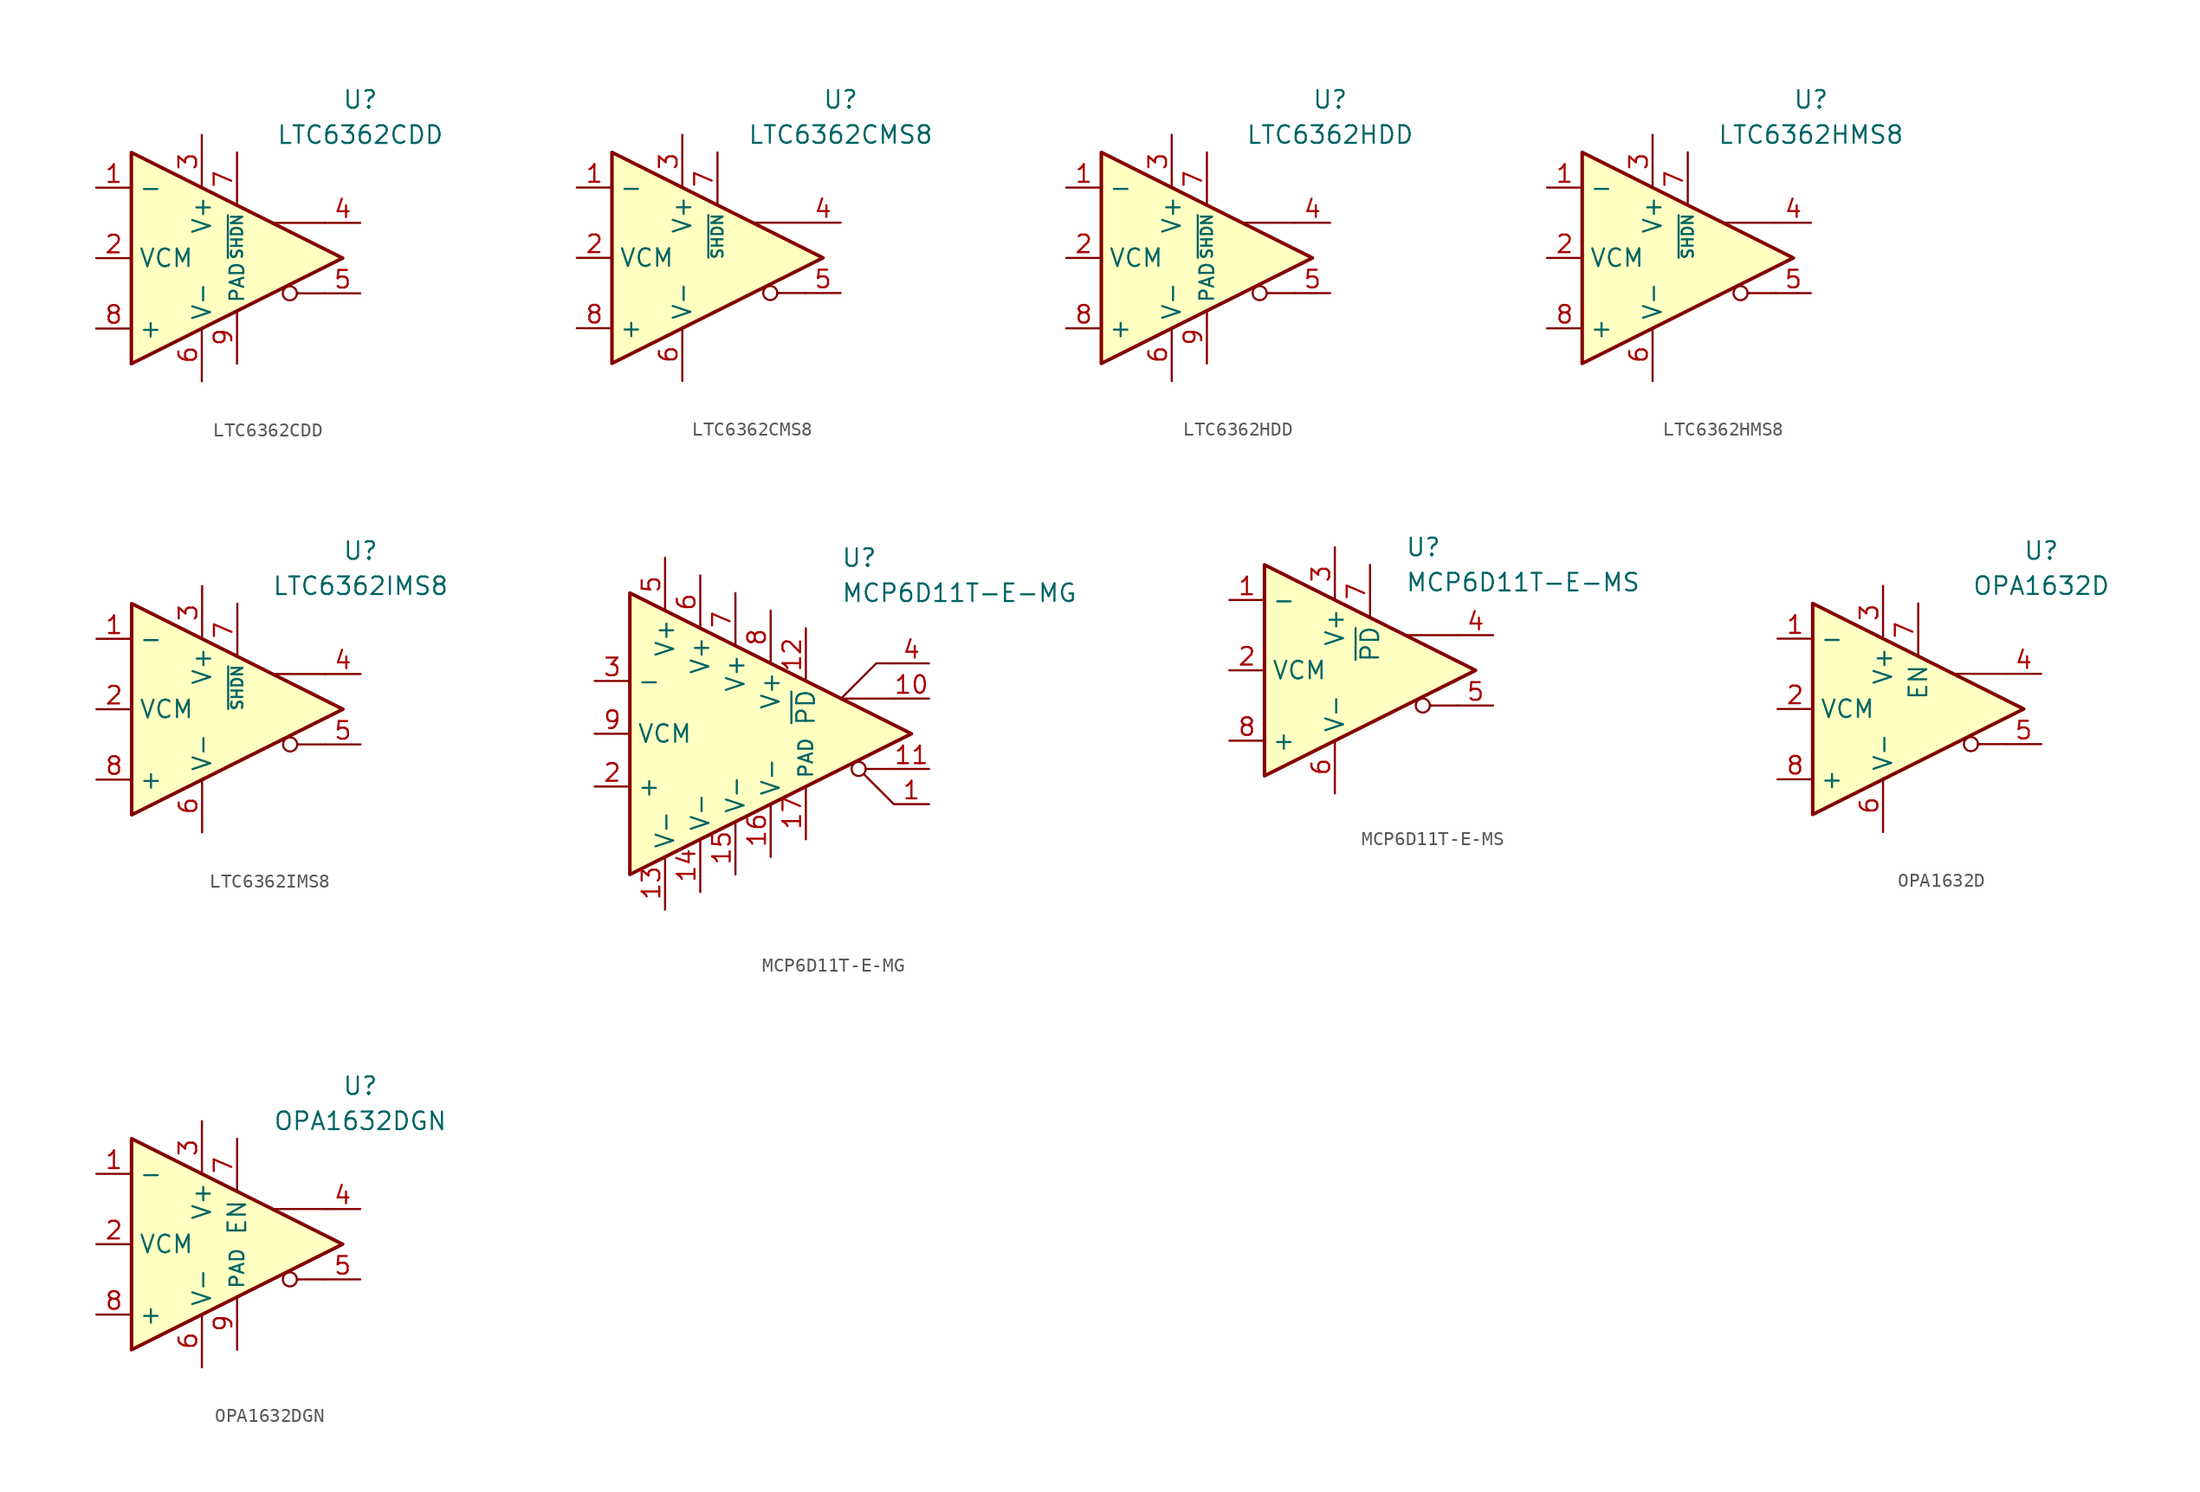
<source format=kicad_sym>
(kicad_symbol_lib
  (version 20231120)
  (generator "kicad_symbol_editor")
  (generator_version "8.0")
  (symbol "LTC6362CDD"
    (property "Reference" "U"
      (at 8.89 11.43 0)
      (effects (font (size 1.27 1.27))))
    (property "Value" "LTC6362CDD"
      (at 8.89 8.89 0)
      (effects (font (size 1.27 1.27))))
    (symbol "LTC6362CDD_0_0"
      (polyline (pts (xy 4.445 -2.54) (xy 4.318 -2.54)) (stroke (width 0.152) (type default)) (fill (type none)))
      (polyline (pts (xy 6.35 -2.54) (xy 4.445 -2.54)) (stroke (width 0.152) (type default)) (fill (type none)))
      (polyline (pts (xy 6.35 2.54) (xy 2.54 2.54)) (stroke (width 0.152) (type default)) (fill (type none)))
      (circle (center 3.81 -2.54) (radius 0.508) (stroke (width 0.152) (type default)) (fill (type none))))
    (symbol "LTC6362CDD_0_1"
      (polyline (pts (xy -7.62 7.62) (xy -7.62 -7.62) (xy 7.62 0) (xy -7.62 7.62)) (stroke (width 0.254) (type default)) (fill (type background))))
    (symbol "LTC6362CDD_1_1"
      (pin input line (at -10.16 5.08 0) (length 2.54) (name "-" (effects (font (size 1.27 1.27)))) (number "1" (effects (font (size 1.27 1.27)))))
      (pin input line (at -10.16 0 0) (length 2.54) (name "VCM" (effects (font (size 1.27 1.27)))) (number "2" (effects (font (size 1.27 1.27)))))
      (pin power_in line (at -2.54 8.89 270) (length 3.84) (name "V+" (effects (font (size 1.27 1.27)))) (number "3" (effects (font (size 1.27 1.27)))))
      (pin output line (at 8.89 2.54 180) (length 2.54) (name "~" (effects (font (size 1.27 1.27)))) (number "4" (effects (font (size 1.27 1.27)))))
      (pin output line (at 8.89 -2.54 180) (length 2.54) (name "~" (effects (font (size 1.27 1.27)))) (number "5" (effects (font (size 1.27 1.27)))))
      (pin power_in line (at -2.54 -8.89 90) (length 3.84) (name "V-" (effects (font (size 1.27 1.27)))) (number "6" (effects (font (size 1.27 1.27)))))
      (pin input line (at 0 7.62 270) (length 3.84) (name "~{SHDN}" (effects (font (size 0.8 0.8)))) (number "7" (effects (font (size 1.27 1.27)))))
      (pin input line (at -10.16 -5.08 0) (length 2.54) (name "+" (effects (font (size 1.27 1.27)))) (number "8" (effects (font (size 1.27 1.27)))))
      (pin power_in line (at 0 -7.62 90) (length 3.84) (name "PAD" (effects (font (size 1 1)))) (number "9" (effects (font (size 1.27 1.27)))))))
  (symbol "LTC6362CMS8"
    (property "Reference" "U"
      (at 8.89 11.43 0)
      (effects (font (size 1.27 1.27))))
    (property "Value" "LTC6362CMS8"
      (at 8.89 8.89 0)
      (effects (font (size 1.27 1.27))))
    (symbol "LTC6362CMS8_0_0"
      (polyline (pts (xy 4.445 -2.54) (xy 4.318 -2.54)) (stroke (width 0.152) (type default)) (fill (type none)))
      (polyline (pts (xy 6.35 -2.54) (xy 4.445 -2.54)) (stroke (width 0.152) (type default)) (fill (type none)))
      (polyline (pts (xy 6.35 2.54) (xy 2.54 2.54)) (stroke (width 0.152) (type default)) (fill (type none)))
      (circle (center 3.81 -2.54) (radius 0.508) (stroke (width 0.152) (type default)) (fill (type none))))
    (symbol "LTC6362CMS8_0_1"
      (polyline (pts (xy -7.62 7.62) (xy -7.62 -7.62) (xy 7.62 0) (xy -7.62 7.62)) (stroke (width 0.254) (type default)) (fill (type background))))
    (symbol "LTC6362CMS8_1_1"
      (pin input line (at -10.16 5.08 0) (length 2.54) (name "-" (effects (font (size 1.27 1.27)))) (number "1" (effects (font (size 1.27 1.27)))))
      (pin input line (at -10.16 0 0) (length 2.54) (name "VCM" (effects (font (size 1.27 1.27)))) (number "2" (effects (font (size 1.27 1.27)))))
      (pin power_in line (at -2.54 8.89 270) (length 3.84) (name "V+" (effects (font (size 1.27 1.27)))) (number "3" (effects (font (size 1.27 1.27)))))
      (pin output line (at 8.89 2.54 180) (length 2.54) (name "~" (effects (font (size 1.27 1.27)))) (number "4" (effects (font (size 1.27 1.27)))))
      (pin output line (at 8.89 -2.54 180) (length 2.54) (name "~" (effects (font (size 1.27 1.27)))) (number "5" (effects (font (size 1.27 1.27)))))
      (pin power_in line (at -2.54 -8.89 90) (length 3.84) (name "V-" (effects (font (size 1.27 1.27)))) (number "6" (effects (font (size 1.27 1.27)))))
      (pin input line (at 0 7.62 270) (length 3.84) (name "~{SHDN}" (effects (font (size 0.8 0.8)))) (number "7" (effects (font (size 1.27 1.27)))))
      (pin input line (at -10.16 -5.08 0) (length 2.54) (name "+" (effects (font (size 1.27 1.27)))) (number "8" (effects (font (size 1.27 1.27)))))))
  (symbol "LTC6362HDD"
    (property "Reference" "U"
      (at 8.89 11.43 0)
      (effects (font (size 1.27 1.27))))
    (property "Value" "LTC6362HDD"
      (at 8.89 8.89 0)
      (effects (font (size 1.27 1.27))))
    (symbol "LTC6362HDD_0_0"
      (polyline (pts (xy 4.445 -2.54) (xy 4.318 -2.54)) (stroke (width 0.152) (type default)) (fill (type none)))
      (polyline (pts (xy 6.35 -2.54) (xy 4.445 -2.54)) (stroke (width 0.152) (type default)) (fill (type none)))
      (polyline (pts (xy 6.35 2.54) (xy 2.54 2.54)) (stroke (width 0.152) (type default)) (fill (type none)))
      (circle (center 3.81 -2.54) (radius 0.508) (stroke (width 0.152) (type default)) (fill (type none))))
    (symbol "LTC6362HDD_0_1"
      (polyline (pts (xy -7.62 7.62) (xy -7.62 -7.62) (xy 7.62 0) (xy -7.62 7.62)) (stroke (width 0.254) (type default)) (fill (type background))))
    (symbol "LTC6362HDD_1_1"
      (pin input line (at -10.16 5.08 0) (length 2.54) (name "-" (effects (font (size 1.27 1.27)))) (number "1" (effects (font (size 1.27 1.27)))))
      (pin input line (at -10.16 0 0) (length 2.54) (name "VCM" (effects (font (size 1.27 1.27)))) (number "2" (effects (font (size 1.27 1.27)))))
      (pin power_in line (at -2.54 8.89 270) (length 3.84) (name "V+" (effects (font (size 1.27 1.27)))) (number "3" (effects (font (size 1.27 1.27)))))
      (pin output line (at 8.89 2.54 180) (length 2.54) (name "~" (effects (font (size 1.27 1.27)))) (number "4" (effects (font (size 1.27 1.27)))))
      (pin output line (at 8.89 -2.54 180) (length 2.54) (name "~" (effects (font (size 1.27 1.27)))) (number "5" (effects (font (size 1.27 1.27)))))
      (pin power_in line (at -2.54 -8.89 90) (length 3.84) (name "V-" (effects (font (size 1.27 1.27)))) (number "6" (effects (font (size 1.27 1.27)))))
      (pin input line (at 0 7.62 270) (length 3.84) (name "~{SHDN}" (effects (font (size 0.8 0.8)))) (number "7" (effects (font (size 1.27 1.27)))))
      (pin input line (at -10.16 -5.08 0) (length 2.54) (name "+" (effects (font (size 1.27 1.27)))) (number "8" (effects (font (size 1.27 1.27)))))
      (pin power_in line (at 0 -7.62 90) (length 3.84) (name "PAD" (effects (font (size 1 1)))) (number "9" (effects (font (size 1.27 1.27)))))))
  (symbol "LTC6362HMS8"
    (property "Reference" "U"
      (at 8.89 11.43 0)
      (effects (font (size 1.27 1.27))))
    (property "Value" "LTC6362HMS8"
      (at 8.89 8.89 0)
      (effects (font (size 1.27 1.27))))
    (symbol "LTC6362HMS8_0_0"
      (polyline (pts (xy 4.445 -2.54) (xy 4.318 -2.54)) (stroke (width 0.152) (type default)) (fill (type none)))
      (polyline (pts (xy 6.35 -2.54) (xy 4.445 -2.54)) (stroke (width 0.152) (type default)) (fill (type none)))
      (polyline (pts (xy 6.35 2.54) (xy 2.54 2.54)) (stroke (width 0.152) (type default)) (fill (type none)))
      (circle (center 3.81 -2.54) (radius 0.508) (stroke (width 0.152) (type default)) (fill (type none))))
    (symbol "LTC6362HMS8_0_1"
      (polyline (pts (xy -7.62 7.62) (xy -7.62 -7.62) (xy 7.62 0) (xy -7.62 7.62)) (stroke (width 0.254) (type default)) (fill (type background))))
    (symbol "LTC6362HMS8_1_1"
      (pin input line (at -10.16 5.08 0) (length 2.54) (name "-" (effects (font (size 1.27 1.27)))) (number "1" (effects (font (size 1.27 1.27)))))
      (pin input line (at -10.16 0 0) (length 2.54) (name "VCM" (effects (font (size 1.27 1.27)))) (number "2" (effects (font (size 1.27 1.27)))))
      (pin power_in line (at -2.54 8.89 270) (length 3.84) (name "V+" (effects (font (size 1.27 1.27)))) (number "3" (effects (font (size 1.27 1.27)))))
      (pin output line (at 8.89 2.54 180) (length 2.54) (name "~" (effects (font (size 1.27 1.27)))) (number "4" (effects (font (size 1.27 1.27)))))
      (pin output line (at 8.89 -2.54 180) (length 2.54) (name "~" (effects (font (size 1.27 1.27)))) (number "5" (effects (font (size 1.27 1.27)))))
      (pin power_in line (at -2.54 -8.89 90) (length 3.84) (name "V-" (effects (font (size 1.27 1.27)))) (number "6" (effects (font (size 1.27 1.27)))))
      (pin input line (at 0 7.62 270) (length 3.84) (name "~{SHDN}" (effects (font (size 0.8 0.8)))) (number "7" (effects (font (size 1.27 1.27)))))
      (pin input line (at -10.16 -5.08 0) (length 2.54) (name "+" (effects (font (size 1.27 1.27)))) (number "8" (effects (font (size 1.27 1.27)))))))
  (symbol "LTC6362IMS8"
    (property "Reference" "U"
      (at 8.89 11.43 0)
      (effects (font (size 1.27 1.27))))
    (property "Value" "LTC6362IMS8"
      (at 8.89 8.89 0)
      (effects (font (size 1.27 1.27))))
    (symbol "LTC6362IMS8_0_0"
      (polyline (pts (xy 4.445 -2.54) (xy 4.318 -2.54)) (stroke (width 0.152) (type default)) (fill (type none)))
      (polyline (pts (xy 6.35 -2.54) (xy 4.445 -2.54)) (stroke (width 0.152) (type default)) (fill (type none)))
      (polyline (pts (xy 6.35 2.54) (xy 2.54 2.54)) (stroke (width 0.152) (type default)) (fill (type none)))
      (circle (center 3.81 -2.54) (radius 0.508) (stroke (width 0.152) (type default)) (fill (type none))))
    (symbol "LTC6362IMS8_0_1"
      (polyline (pts (xy -7.62 7.62) (xy -7.62 -7.62) (xy 7.62 0) (xy -7.62 7.62)) (stroke (width 0.254) (type default)) (fill (type background))))
    (symbol "LTC6362IMS8_1_1"
      (pin input line (at -10.16 5.08 0) (length 2.54) (name "-" (effects (font (size 1.27 1.27)))) (number "1" (effects (font (size 1.27 1.27)))))
      (pin input line (at -10.16 0 0) (length 2.54) (name "VCM" (effects (font (size 1.27 1.27)))) (number "2" (effects (font (size 1.27 1.27)))))
      (pin power_in line (at -2.54 8.89 270) (length 3.84) (name "V+" (effects (font (size 1.27 1.27)))) (number "3" (effects (font (size 1.27 1.27)))))
      (pin output line (at 8.89 2.54 180) (length 2.54) (name "~" (effects (font (size 1.27 1.27)))) (number "4" (effects (font (size 1.27 1.27)))))
      (pin output line (at 8.89 -2.54 180) (length 2.54) (name "~" (effects (font (size 1.27 1.27)))) (number "5" (effects (font (size 1.27 1.27)))))
      (pin power_in line (at -2.54 -8.89 90) (length 3.84) (name "V-" (effects (font (size 1.27 1.27)))) (number "6" (effects (font (size 1.27 1.27)))))
      (pin input line (at 0 7.62 270) (length 3.84) (name "~{SHDN}" (effects (font (size 0.8 0.8)))) (number "7" (effects (font (size 1.27 1.27)))))
      (pin input line (at -10.16 -5.08 0) (length 2.54) (name "+" (effects (font (size 1.27 1.27)))) (number "8" (effects (font (size 1.27 1.27)))))))
  (symbol "MCP6D11T-E-MG"
    (property "Reference" "U"
      (at 7.62 12.7 0)
      (effects (font (size 1.27 1.27)) (justify left)))
    (property "Value" "MCP6D11T-E-MG"
      (at 7.62 10.16 0)
      (effects (font (size 1.27 1.27)) (justify left)))
    (symbol "MCP6D11T-E-MG_0_0"
      (polyline (pts (xy 9.525 -2.54) (xy 9.398 -2.54)) (stroke (width 0.152) (type default)) (fill (type none)))
      (polyline (pts (xy 11.43 -2.54) (xy 9.525 -2.54)) (stroke (width 0.152) (type default)) (fill (type none)))
      (polyline (pts (xy 11.43 2.54) (xy 7.62 2.54)) (stroke (width 0.152) (type default)) (fill (type none)))
      (circle (center 8.89 -2.54) (radius 0.508) (stroke (width 0.152) (type default)) (fill (type none))))
    (symbol "MCP6D11T-E-MG_0_1"
      (polyline (pts (xy 11.43 -5.08) (xy 9.271 -2.921)) (stroke (width 0.152) (type default)) (fill (type none)))
      (polyline (pts (xy 11.43 5.08) (xy 10.16 5.08) (xy 7.62 2.54)) (stroke (width 0.152) (type default)) (fill (type none)))
      (polyline (pts (xy -7.62 10.16) (xy -7.62 -10.16) (xy 12.7 0) (xy -7.62 10.16)) (stroke (width 0.254) (type default)) (fill (type background))))
    (symbol "MCP6D11T-E-MG_1_1"
      (pin output line (at 13.97 -5.08 180) (length 2.54) (name "~" (effects (font (size 1.27 1.27)))) (number "1" (effects (font (size 1.27 1.27)))))
      (pin output line (at 13.97 2.54 180) (length 2.54) (name "~" (effects (font (size 1.27 1.27)))) (number "10" (effects (font (size 1.27 1.27)))))
      (pin output line (at 13.97 -2.54 180) (length 2.54) (name "~" (effects (font (size 1.27 1.27)))) (number "11" (effects (font (size 1.27 1.27)))))
      (pin input line (at 5.08 7.62 270) (length 3.84) (name "~{PD}" (effects (font (size 1.27 1.27)))) (number "12" (effects (font (size 1.27 1.27)))))
      (pin power_in line (at -5.08 -12.7 90) (length 3.84) (name "V-" (effects (font (size 1.27 1.27)))) (number "13" (effects (font (size 1.27 1.27)))))
      (pin power_in line (at -2.54 -11.43 90) (length 3.84) (name "V-" (effects (font (size 1.27 1.27)))) (number "14" (effects (font (size 1.27 1.27)))))
      (pin power_in line (at 0 -10.16 90) (length 3.84) (name "V-" (effects (font (size 1.27 1.27)))) (number "15" (effects (font (size 1.27 1.27)))))
      (pin power_in line (at 2.54 -8.89 90) (length 3.84) (name "V-" (effects (font (size 1.27 1.27)))) (number "16" (effects (font (size 1.27 1.27)))))
      (pin power_in line (at 5.08 -7.62 90) (length 3.84) (name "PAD" (effects (font (size 1 1)))) (number "17" (effects (font (size 1.27 1.27)))))
      (pin input line (at -10.16 -3.81 0) (length 2.54) (name "+" (effects (font (size 1.27 1.27)))) (number "2" (effects (font (size 1.27 1.27)))))
      (pin input line (at -10.16 3.81 0) (length 2.54) (name "-" (effects (font (size 1.27 1.27)))) (number "3" (effects (font (size 1.27 1.27)))))
      (pin output line (at 13.97 5.08 180) (length 2.54) (name "~" (effects (font (size 1.27 1.27)))) (number "4" (effects (font (size 1.27 1.27)))))
      (pin power_in line (at -5.08 12.7 270) (length 3.84) (name "V+" (effects (font (size 1.27 1.27)))) (number "5" (effects (font (size 1.27 1.27)))))
      (pin power_in line (at -2.54 11.43 270) (length 3.84) (name "V+" (effects (font (size 1.27 1.27)))) (number "6" (effects (font (size 1.27 1.27)))))
      (pin power_in line (at 0 10.16 270) (length 3.84) (name "V+" (effects (font (size 1.27 1.27)))) (number "7" (effects (font (size 1.27 1.27)))))
      (pin power_in line (at 2.54 8.89 270) (length 3.84) (name "V+" (effects (font (size 1.27 1.27)))) (number "8" (effects (font (size 1.27 1.27)))))
      (pin input line (at -10.16 0 0) (length 2.54) (name "VCM" (effects (font (size 1.27 1.27)))) (number "9" (effects (font (size 1.27 1.27)))))))
  (symbol "MCP6D11T-E-MS"
    (property "Reference" "U"
      (at 2.54 8.89 0)
      (effects (font (size 1.27 1.27)) (justify left)))
    (property "Value" "MCP6D11T-E-MS"
      (at 2.54 6.35 0)
      (effects (font (size 1.27 1.27)) (justify left)))
    (symbol "MCP6D11T-E-MS_0_0"
      (polyline (pts (xy 4.445 -2.54) (xy 4.318 -2.54)) (stroke (width 0.152) (type default)) (fill (type none)))
      (polyline (pts (xy 6.35 -2.54) (xy 4.445 -2.54)) (stroke (width 0.152) (type default)) (fill (type none)))
      (polyline (pts (xy 6.35 2.54) (xy 2.54 2.54)) (stroke (width 0.152) (type default)) (fill (type none)))
      (circle (center 3.81 -2.54) (radius 0.508) (stroke (width 0.152) (type default)) (fill (type none))))
    (symbol "MCP6D11T-E-MS_0_1"
      (polyline (pts (xy -7.62 7.62) (xy -7.62 -7.62) (xy 7.62 0) (xy -7.62 7.62)) (stroke (width 0.254) (type default)) (fill (type background))))
    (symbol "MCP6D11T-E-MS_1_1"
      (pin input line (at -10.16 5.08 0) (length 2.54) (name "-" (effects (font (size 1.27 1.27)))) (number "1" (effects (font (size 1.27 1.27)))))
      (pin input line (at -10.16 0 0) (length 2.54) (name "VCM" (effects (font (size 1.27 1.27)))) (number "2" (effects (font (size 1.27 1.27)))))
      (pin power_in line (at -2.54 8.89 270) (length 3.84) (name "V+" (effects (font (size 1.27 1.27)))) (number "3" (effects (font (size 1.27 1.27)))))
      (pin output line (at 8.89 2.54 180) (length 2.54) (name "~" (effects (font (size 1.27 1.27)))) (number "4" (effects (font (size 1.27 1.27)))))
      (pin output line (at 8.89 -2.54 180) (length 2.54) (name "~" (effects (font (size 1.27 1.27)))) (number "5" (effects (font (size 1.27 1.27)))))
      (pin power_in line (at -2.54 -8.89 90) (length 3.84) (name "V-" (effects (font (size 1.27 1.27)))) (number "6" (effects (font (size 1.27 1.27)))))
      (pin input line (at 0 7.62 270) (length 3.84) (name "~{PD}" (effects (font (size 1.27 1.27)))) (number "7" (effects (font (size 1.27 1.27)))))
      (pin input line (at -10.16 -5.08 0) (length 2.54) (name "+" (effects (font (size 1.27 1.27)))) (number "8" (effects (font (size 1.27 1.27)))))))
  (symbol "OPA1632D"
    (property "Reference" "U"
      (at 8.89 11.43 0)
      (effects (font (size 1.27 1.27))))
    (property "Value" "OPA1632D"
      (at 8.89 8.89 0)
      (effects (font (size 1.27 1.27))))
    (symbol "OPA1632D_0_0"
      (polyline (pts (xy 4.445 -2.54) (xy 4.318 -2.54)) (stroke (width 0.152) (type default)) (fill (type none)))
      (polyline (pts (xy 6.35 -2.54) (xy 4.445 -2.54)) (stroke (width 0.152) (type default)) (fill (type none)))
      (polyline (pts (xy 6.35 2.54) (xy 2.54 2.54)) (stroke (width 0.152) (type default)) (fill (type none)))
      (circle (center 3.81 -2.54) (radius 0.508) (stroke (width 0.152) (type default)) (fill (type none))))
    (symbol "OPA1632D_0_1"
      (polyline (pts (xy -7.62 7.62) (xy -7.62 -7.62) (xy 7.62 0) (xy -7.62 7.62)) (stroke (width 0.254) (type default)) (fill (type background))))
    (symbol "OPA1632D_1_1"
      (pin input line (at -10.16 5.08 0) (length 2.54) (name "-" (effects (font (size 1.27 1.27)))) (number "1" (effects (font (size 1.27 1.27)))))
      (pin input line (at -10.16 0 0) (length 2.54) (name "VCM" (effects (font (size 1.27 1.27)))) (number "2" (effects (font (size 1.27 1.27)))))
      (pin power_in line (at -2.54 8.89 270) (length 3.84) (name "V+" (effects (font (size 1.27 1.27)))) (number "3" (effects (font (size 1.27 1.27)))))
      (pin output line (at 8.89 2.54 180) (length 2.54) (name "~" (effects (font (size 1.27 1.27)))) (number "4" (effects (font (size 1.27 1.27)))))
      (pin output line (at 8.89 -2.54 180) (length 2.54) (name "~" (effects (font (size 1.27 1.27)))) (number "5" (effects (font (size 1.27 1.27)))))
      (pin power_in line (at -2.54 -8.89 90) (length 3.84) (name "V-" (effects (font (size 1.27 1.27)))) (number "6" (effects (font (size 1.27 1.27)))))
      (pin input line (at 0 7.62 270) (length 3.84) (name "EN" (effects (font (size 1.27 1.27)))) (number "7" (effects (font (size 1.27 1.27)))))
      (pin input line (at -10.16 -5.08 0) (length 2.54) (name "+" (effects (font (size 1.27 1.27)))) (number "8" (effects (font (size 1.27 1.27)))))))
  (symbol "OPA1632DGN"
    (property "Reference" "U"
      (at 8.89 11.43 0)
      (effects (font (size 1.27 1.27))))
    (property "Value" "OPA1632DGN"
      (at 8.89 8.89 0)
      (effects (font (size 1.27 1.27))))
    (symbol "OPA1632DGN_0_0"
      (polyline (pts (xy 4.445 -2.54) (xy 4.318 -2.54)) (stroke (width 0.152) (type default)) (fill (type none)))
      (polyline (pts (xy 6.35 -2.54) (xy 4.445 -2.54)) (stroke (width 0.152) (type default)) (fill (type none)))
      (polyline (pts (xy 6.35 2.54) (xy 2.54 2.54)) (stroke (width 0.152) (type default)) (fill (type none)))
      (circle (center 3.81 -2.54) (radius 0.508) (stroke (width 0.152) (type default)) (fill (type none))))
    (symbol "OPA1632DGN_0_1"
      (polyline (pts (xy -7.62 7.62) (xy -7.62 -7.62) (xy 7.62 0) (xy -7.62 7.62)) (stroke (width 0.254) (type default)) (fill (type background))))
    (symbol "OPA1632DGN_1_1"
      (pin input line (at -10.16 5.08 0) (length 2.54) (name "-" (effects (font (size 1.27 1.27)))) (number "1" (effects (font (size 1.27 1.27)))))
      (pin input line (at -10.16 0 0) (length 2.54) (name "VCM" (effects (font (size 1.27 1.27)))) (number "2" (effects (font (size 1.27 1.27)))))
      (pin power_in line (at -2.54 8.89 270) (length 3.84) (name "V+" (effects (font (size 1.27 1.27)))) (number "3" (effects (font (size 1.27 1.27)))))
      (pin output line (at 8.89 2.54 180) (length 2.54) (name "~" (effects (font (size 1.27 1.27)))) (number "4" (effects (font (size 1.27 1.27)))))
      (pin output line (at 8.89 -2.54 180) (length 2.54) (name "~" (effects (font (size 1.27 1.27)))) (number "5" (effects (font (size 1.27 1.27)))))
      (pin power_in line (at -2.54 -8.89 90) (length 3.84) (name "V-" (effects (font (size 1.27 1.27)))) (number "6" (effects (font (size 1.27 1.27)))))
      (pin input line (at 0 7.62 270) (length 3.84) (name "EN" (effects (font (size 1.27 1.27)))) (number "7" (effects (font (size 1.27 1.27)))))
      (pin input line (at -10.16 -5.08 0) (length 2.54) (name "+" (effects (font (size 1.27 1.27)))) (number "8" (effects (font (size 1.27 1.27)))))
      (pin power_in line (at 0 -7.62 90) (length 3.84) (name "PAD" (effects (font (size 1 1)))) (number "9" (effects (font (size 1.27 1.27))))))))
</source>
